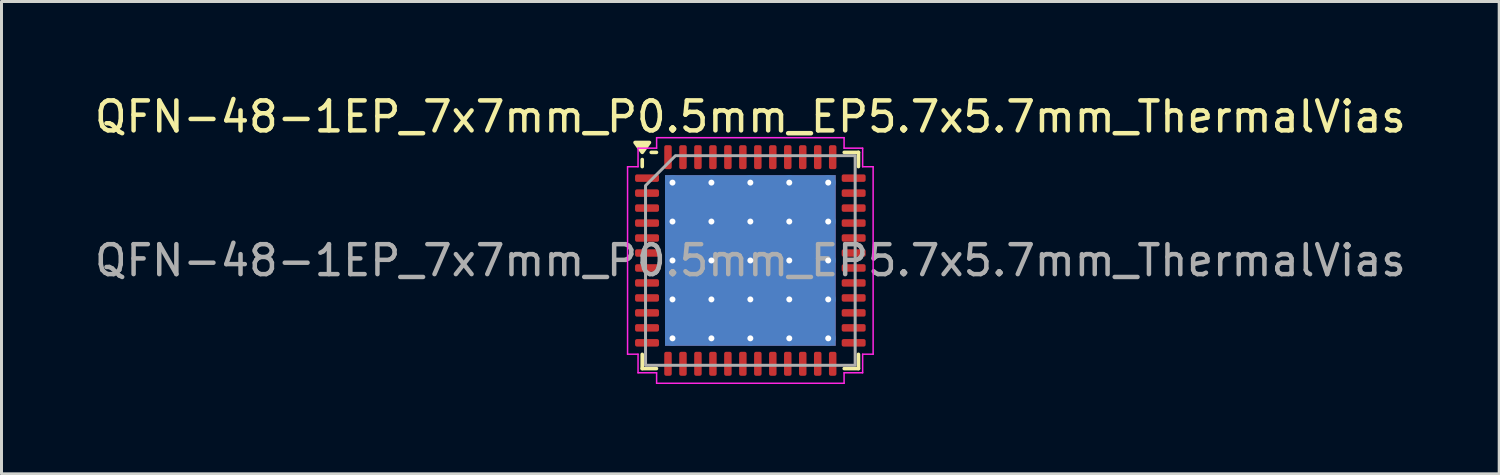
<source format=kicad_pcb>
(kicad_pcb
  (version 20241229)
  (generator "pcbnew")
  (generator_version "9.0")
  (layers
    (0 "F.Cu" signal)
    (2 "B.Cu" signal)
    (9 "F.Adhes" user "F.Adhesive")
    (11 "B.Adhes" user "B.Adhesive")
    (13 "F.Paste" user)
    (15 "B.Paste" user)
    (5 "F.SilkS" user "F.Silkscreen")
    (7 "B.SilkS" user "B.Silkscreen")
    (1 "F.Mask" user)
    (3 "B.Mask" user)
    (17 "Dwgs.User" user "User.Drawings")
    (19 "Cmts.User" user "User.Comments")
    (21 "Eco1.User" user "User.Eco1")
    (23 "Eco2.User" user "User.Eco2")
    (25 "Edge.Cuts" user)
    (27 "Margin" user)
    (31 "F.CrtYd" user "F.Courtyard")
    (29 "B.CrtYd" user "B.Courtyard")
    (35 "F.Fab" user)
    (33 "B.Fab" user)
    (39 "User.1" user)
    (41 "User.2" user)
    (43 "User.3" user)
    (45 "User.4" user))
  (footprint "QFN-48-1EP_7x7mm_P0.5mm_EP5.7x5.7mm_ThermalVias"
    (layer "F.Cu")
    (at 22.006 5.648)
    (property "Reference" "QFN-48-1EP_7x7mm_P0.5mm_EP5.7x5.7mm_ThermalVias" (at 0 -4.8 0) (layer "F.SilkS") (effects (font (size 1 1) (thickness 0.15))))
    (attr smd)
    (fp_line (start -3.61 -3.135) (end -3.61 -3.37) (stroke (width 0.12) (type solid)) (layer "F.SilkS"))
    (fp_line (start -3.61 3.61) (end -3.61 3.135) (stroke (width 0.12) (type solid)) (layer "F.SilkS"))
    (fp_line (start -3.135 -3.61) (end -3.31 -3.61) (stroke (width 0.12) (type solid)) (layer "F.SilkS"))
    (fp_line (start -3.135 3.61) (end -3.61 3.61) (stroke (width 0.12) (type solid)) (layer "F.SilkS"))
    (fp_line (start 3.135 -3.61) (end 3.61 -3.61) (stroke (width 0.12) (type solid)) (layer "F.SilkS"))
    (fp_line (start 3.135 3.61) (end 3.61 3.61) (stroke (width 0.12) (type solid)) (layer "F.SilkS"))
    (fp_line (start 3.61 -3.61) (end 3.61 -3.135) (stroke (width 0.12) (type solid)) (layer "F.SilkS"))
    (fp_line (start 3.61 3.61) (end 3.61 3.135) (stroke (width 0.12) (type solid)) (layer "F.SilkS"))
    (fp_poly (pts (xy -3.61 -3.61) (xy -3.85 -3.94) (xy -3.37 -3.94)) (stroke (width 0.12) (type solid)) (fill yes) (layer "F.SilkS"))
    (fp_line (start -4.1 -3.13) (end -3.75 -3.13) (stroke (width 0.05) (type solid)) (layer "F.CrtYd"))
    (fp_line (start -4.1 3.13) (end -4.1 -3.13) (stroke (width 0.05) (type solid)) (layer "F.CrtYd"))
    (fp_line (start -3.75 -3.75) (end -3.13 -3.75) (stroke (width 0.05) (type solid)) (layer "F.CrtYd"))
    (fp_line (start -3.75 -3.13) (end -3.75 -3.75) (stroke (width 0.05) (type solid)) (layer "F.CrtYd"))
    (fp_line (start -3.75 3.13) (end -4.1 3.13) (stroke (width 0.05) (type solid)) (layer "F.CrtYd"))
    (fp_line (start -3.75 3.75) (end -3.75 3.13) (stroke (width 0.05) (type solid)) (layer "F.CrtYd"))
    (fp_line (start -3.13 -4.1) (end 3.13 -4.1) (stroke (width 0.05) (type solid)) (layer "F.CrtYd"))
    (fp_line (start -3.13 -3.75) (end -3.13 -4.1) (stroke (width 0.05) (type solid)) (layer "F.CrtYd"))
    (fp_line (start -3.13 3.75) (end -3.75 3.75) (stroke (width 0.05) (type solid)) (layer "F.CrtYd"))
    (fp_line (start -3.13 4.1) (end -3.13 3.75) (stroke (width 0.05) (type solid)) (layer "F.CrtYd"))
    (fp_line (start 3.13 -4.1) (end 3.13 -3.75) (stroke (width 0.05) (type solid)) (layer "F.CrtYd"))
    (fp_line (start 3.13 -3.75) (end 3.75 -3.75) (stroke (width 0.05) (type solid)) (layer "F.CrtYd"))
    (fp_line (start 3.13 3.75) (end 3.13 4.1) (stroke (width 0.05) (type solid)) (layer "F.CrtYd"))
    (fp_line (start 3.13 4.1) (end -3.13 4.1) (stroke (width 0.05) (type solid)) (layer "F.CrtYd"))
    (fp_line (start 3.75 -3.75) (end 3.75 -3.13) (stroke (width 0.05) (type solid)) (layer "F.CrtYd"))
    (fp_line (start 3.75 -3.13) (end 4.1 -3.13) (stroke (width 0.05) (type solid)) (layer "F.CrtYd"))
    (fp_line (start 3.75 3.13) (end 3.75 3.75) (stroke (width 0.05) (type solid)) (layer "F.CrtYd"))
    (fp_line (start 3.75 3.75) (end 3.13 3.75) (stroke (width 0.05) (type solid)) (layer "F.CrtYd"))
    (fp_line (start 4.1 -3.13) (end 4.1 3.13) (stroke (width 0.05) (type solid)) (layer "F.CrtYd"))
    (fp_line (start 4.1 3.13) (end 3.75 3.13) (stroke (width 0.05) (type solid)) (layer "F.CrtYd"))
    (fp_poly (pts (xy -3.5 -2.5) (xy -3.5 3.5) (xy 3.5 3.5) (xy 3.5 -3.5) (xy -2.5 -3.5)) (stroke (width 0.1) (type solid)) (fill no) (layer "F.Fab"))
    (fp_text user "${REFERENCE}" (at 0 0 0) (layer "F.Fab") (effects (font (size 1 1) (thickness 0.15))))
    (pad "" smd roundrect (at -2.13 -2.13) (size 1.1 1.1) (layers "F.Paste") (roundrect_rratio 0.227))
    (pad "" smd roundrect (at -2.13 -0.71) (size 1.1 1.1) (layers "F.Paste") (roundrect_rratio 0.227))
    (pad "" smd roundrect (at -2.13 0.71) (size 1.1 1.1) (layers "F.Paste") (roundrect_rratio 0.227))
    (pad "" smd roundrect (at -2.13 2.13) (size 1.1 1.1) (layers "F.Paste") (roundrect_rratio 0.227))
    (pad "" smd roundrect (at -0.71 -2.13) (size 1.1 1.1) (layers "F.Paste") (roundrect_rratio 0.227))
    (pad "" smd roundrect (at -0.71 -0.71) (size 1.1 1.1) (layers "F.Paste") (roundrect_rratio 0.227))
    (pad "" smd roundrect (at -0.71 0.71) (size 1.1 1.1) (layers "F.Paste") (roundrect_rratio 0.227))
    (pad "" smd roundrect (at -0.71 2.13) (size 1.1 1.1) (layers "F.Paste") (roundrect_rratio 0.227))
    (pad "" smd roundrect (at 0.71 -2.13) (size 1.1 1.1) (layers "F.Paste") (roundrect_rratio 0.227))
    (pad "" smd roundrect (at 0.71 -0.71) (size 1.1 1.1) (layers "F.Paste") (roundrect_rratio 0.227))
    (pad "" smd roundrect (at 0.71 0.71) (size 1.1 1.1) (layers "F.Paste") (roundrect_rratio 0.227))
    (pad "" smd roundrect (at 0.71 2.13) (size 1.1 1.1) (layers "F.Paste") (roundrect_rratio 0.227))
    (pad "" smd roundrect (at 2.13 -2.13) (size 1.1 1.1) (layers "F.Paste") (roundrect_rratio 0.227))
    (pad "" smd roundrect (at 2.13 -0.71) (size 1.1 1.1) (layers "F.Paste") (roundrect_rratio 0.227))
    (pad "" smd roundrect (at 2.13 0.71) (size 1.1 1.1) (layers "F.Paste") (roundrect_rratio 0.227))
    (pad "" smd roundrect (at 2.13 2.13) (size 1.1 1.1) (layers "F.Paste") (roundrect_rratio 0.227))
    (pad "1" smd roundrect (at -3.45 -2.75) (size 0.8 0.25) (layers "F.Cu" "F.Mask" "F.Paste") (roundrect_rratio 0.25))
    (pad "2" smd roundrect (at -3.45 -2.25) (size 0.8 0.25) (layers "F.Cu" "F.Mask" "F.Paste") (roundrect_rratio 0.25))
    (pad "3" smd roundrect (at -3.45 -1.75) (size 0.8 0.25) (layers "F.Cu" "F.Mask" "F.Paste") (roundrect_rratio 0.25))
    (pad "4" smd roundrect (at -3.45 -1.25) (size 0.8 0.25) (layers "F.Cu" "F.Mask" "F.Paste") (roundrect_rratio 0.25))
    (pad "5" smd roundrect (at -3.45 -0.75) (size 0.8 0.25) (layers "F.Cu" "F.Mask" "F.Paste") (roundrect_rratio 0.25))
    (pad "6" smd roundrect (at -3.45 -0.25) (size 0.8 0.25) (layers "F.Cu" "F.Mask" "F.Paste") (roundrect_rratio 0.25))
    (pad "7" smd roundrect (at -3.45 0.25) (size 0.8 0.25) (layers "F.Cu" "F.Mask" "F.Paste") (roundrect_rratio 0.25))
    (pad "8" smd roundrect (at -3.45 0.75) (size 0.8 0.25) (layers "F.Cu" "F.Mask" "F.Paste") (roundrect_rratio 0.25))
    (pad "9" smd roundrect (at -3.45 1.25) (size 0.8 0.25) (layers "F.Cu" "F.Mask" "F.Paste") (roundrect_rratio 0.25))
    (pad "10" smd roundrect (at -3.45 1.75) (size 0.8 0.25) (layers "F.Cu" "F.Mask" "F.Paste") (roundrect_rratio 0.25))
    (pad "11" smd roundrect (at -3.45 2.25) (size 0.8 0.25) (layers "F.Cu" "F.Mask" "F.Paste") (roundrect_rratio 0.25))
    (pad "12" smd roundrect (at -3.45 2.75) (size 0.8 0.25) (layers "F.Cu" "F.Mask" "F.Paste") (roundrect_rratio 0.25))
    (pad "13" smd roundrect (at -2.75 3.45) (size 0.25 0.8) (layers "F.Cu" "F.Mask" "F.Paste") (roundrect_rratio 0.25))
    (pad "14" smd roundrect (at -2.25 3.45) (size 0.25 0.8) (layers "F.Cu" "F.Mask" "F.Paste") (roundrect_rratio 0.25))
    (pad "15" smd roundrect (at -1.75 3.45) (size 0.25 0.8) (layers "F.Cu" "F.Mask" "F.Paste") (roundrect_rratio 0.25))
    (pad "16" smd roundrect (at -1.25 3.45) (size 0.25 0.8) (layers "F.Cu" "F.Mask" "F.Paste") (roundrect_rratio 0.25))
    (pad "17" smd roundrect (at -0.75 3.45) (size 0.25 0.8) (layers "F.Cu" "F.Mask" "F.Paste") (roundrect_rratio 0.25))
    (pad "18" smd roundrect (at -0.25 3.45) (size 0.25 0.8) (layers "F.Cu" "F.Mask" "F.Paste") (roundrect_rratio 0.25))
    (pad "19" smd roundrect (at 0.25 3.45) (size 0.25 0.8) (layers "F.Cu" "F.Mask" "F.Paste") (roundrect_rratio 0.25))
    (pad "20" smd roundrect (at 0.75 3.45) (size 0.25 0.8) (layers "F.Cu" "F.Mask" "F.Paste") (roundrect_rratio 0.25))
    (pad "21" smd roundrect (at 1.25 3.45) (size 0.25 0.8) (layers "F.Cu" "F.Mask" "F.Paste") (roundrect_rratio 0.25))
    (pad "22" smd roundrect (at 1.75 3.45) (size 0.25 0.8) (layers "F.Cu" "F.Mask" "F.Paste") (roundrect_rratio 0.25))
    (pad "23" smd roundrect (at 2.25 3.45) (size 0.25 0.8) (layers "F.Cu" "F.Mask" "F.Paste") (roundrect_rratio 0.25))
    (pad "24" smd roundrect (at 2.75 3.45) (size 0.25 0.8) (layers "F.Cu" "F.Mask" "F.Paste") (roundrect_rratio 0.25))
    (pad "25" smd roundrect (at 3.45 2.75) (size 0.8 0.25) (layers "F.Cu" "F.Mask" "F.Paste") (roundrect_rratio 0.25))
    (pad "26" smd roundrect (at 3.45 2.25) (size 0.8 0.25) (layers "F.Cu" "F.Mask" "F.Paste") (roundrect_rratio 0.25))
    (pad "27" smd roundrect (at 3.45 1.75) (size 0.8 0.25) (layers "F.Cu" "F.Mask" "F.Paste") (roundrect_rratio 0.25))
    (pad "28" smd roundrect (at 3.45 1.25) (size 0.8 0.25) (layers "F.Cu" "F.Mask" "F.Paste") (roundrect_rratio 0.25))
    (pad "29" smd roundrect (at 3.45 0.75) (size 0.8 0.25) (layers "F.Cu" "F.Mask" "F.Paste") (roundrect_rratio 0.25))
    (pad "30" smd roundrect (at 3.45 0.25) (size 0.8 0.25) (layers "F.Cu" "F.Mask" "F.Paste") (roundrect_rratio 0.25))
    (pad "31" smd roundrect (at 3.45 -0.25) (size 0.8 0.25) (layers "F.Cu" "F.Mask" "F.Paste") (roundrect_rratio 0.25))
    (pad "32" smd roundrect (at 3.45 -0.75) (size 0.8 0.25) (layers "F.Cu" "F.Mask" "F.Paste") (roundrect_rratio 0.25))
    (pad "33" smd roundrect (at 3.45 -1.25) (size 0.8 0.25) (layers "F.Cu" "F.Mask" "F.Paste") (roundrect_rratio 0.25))
    (pad "34" smd roundrect (at 3.45 -1.75) (size 0.8 0.25) (layers "F.Cu" "F.Mask" "F.Paste") (roundrect_rratio 0.25))
    (pad "35" smd roundrect (at 3.45 -2.25) (size 0.8 0.25) (layers "F.Cu" "F.Mask" "F.Paste") (roundrect_rratio 0.25))
    (pad "36" smd roundrect (at 3.45 -2.75) (size 0.8 0.25) (layers "F.Cu" "F.Mask" "F.Paste") (roundrect_rratio 0.25))
    (pad "37" smd roundrect (at 2.75 -3.45) (size 0.25 0.8) (layers "F.Cu" "F.Mask" "F.Paste") (roundrect_rratio 0.25))
    (pad "38" smd roundrect (at 2.25 -3.45) (size 0.25 0.8) (layers "F.Cu" "F.Mask" "F.Paste") (roundrect_rratio 0.25))
    (pad "39" smd roundrect (at 1.75 -3.45) (size 0.25 0.8) (layers "F.Cu" "F.Mask" "F.Paste") (roundrect_rratio 0.25))
    (pad "40" smd roundrect (at 1.25 -3.45) (size 0.25 0.8) (layers "F.Cu" "F.Mask" "F.Paste") (roundrect_rratio 0.25))
    (pad "41" smd roundrect (at 0.75 -3.45) (size 0.25 0.8) (layers "F.Cu" "F.Mask" "F.Paste") (roundrect_rratio 0.25))
    (pad "42" smd roundrect (at 0.25 -3.45) (size 0.25 0.8) (layers "F.Cu" "F.Mask" "F.Paste") (roundrect_rratio 0.25))
    (pad "43" smd roundrect (at -0.25 -3.45) (size 0.25 0.8) (layers "F.Cu" "F.Mask" "F.Paste") (roundrect_rratio 0.25))
    (pad "44" smd roundrect (at -0.75 -3.45) (size 0.25 0.8) (layers "F.Cu" "F.Mask" "F.Paste") (roundrect_rratio 0.25))
    (pad "45" smd roundrect (at -1.25 -3.45) (size 0.25 0.8) (layers "F.Cu" "F.Mask" "F.Paste") (roundrect_rratio 0.25))
    (pad "46" smd roundrect (at -1.75 -3.45) (size 0.25 0.8) (layers "F.Cu" "F.Mask" "F.Paste") (roundrect_rratio 0.25))
    (pad "47" smd roundrect (at -2.25 -3.45) (size 0.25 0.8) (layers "F.Cu" "F.Mask" "F.Paste") (roundrect_rratio 0.25))
    (pad "48" smd roundrect (at -2.75 -3.45) (size 0.25 0.8) (layers "F.Cu" "F.Mask" "F.Paste") (roundrect_rratio 0.25))
    (pad "49" thru_hole circle (at -2.6 -2.6) (size 0.5 0.5) (drill 0.2) (property pad_prop_heatsink) (layers "*.Cu"))
    (pad "49" thru_hole circle (at -2.6 -1.3) (size 0.5 0.5) (drill 0.2) (property pad_prop_heatsink) (layers "*.Cu"))
    (pad "49" thru_hole circle (at -2.6 0) (size 0.5 0.5) (drill 0.2) (property pad_prop_heatsink) (layers "*.Cu"))
    (pad "49" thru_hole circle (at -2.6 1.3) (size 0.5 0.5) (drill 0.2) (property pad_prop_heatsink) (layers "*.Cu"))
    (pad "49" thru_hole circle (at -2.6 2.6) (size 0.5 0.5) (drill 0.2) (property pad_prop_heatsink) (layers "*.Cu"))
    (pad "49" thru_hole circle (at -1.3 -2.6) (size 0.5 0.5) (drill 0.2) (property pad_prop_heatsink) (layers "*.Cu"))
    (pad "49" thru_hole circle (at -1.3 -1.3) (size 0.5 0.5) (drill 0.2) (property pad_prop_heatsink) (layers "*.Cu"))
    (pad "49" thru_hole circle (at -1.3 0) (size 0.5 0.5) (drill 0.2) (property pad_prop_heatsink) (layers "*.Cu"))
    (pad "49" thru_hole circle (at -1.3 1.3) (size 0.5 0.5) (drill 0.2) (property pad_prop_heatsink) (layers "*.Cu"))
    (pad "49" thru_hole circle (at -1.3 2.6) (size 0.5 0.5) (drill 0.2) (property pad_prop_heatsink) (layers "*.Cu"))
    (pad "49" thru_hole circle (at 0 -2.6) (size 0.5 0.5) (drill 0.2) (property pad_prop_heatsink) (layers "*.Cu"))
    (pad "49" thru_hole circle (at 0 -1.3) (size 0.5 0.5) (drill 0.2) (property pad_prop_heatsink) (layers "*.Cu"))
    (pad "49" thru_hole circle (at 0 0) (size 0.5 0.5) (drill 0.2) (property pad_prop_heatsink) (layers "*.Cu"))
    (pad "49" smd rect (at 0 0) (size 5.7 5.7) (property pad_prop_heatsink) (layers "F.Cu" "F.Mask"))
    (pad "49" smd rect (at 0 0) (size 5.7 5.7) (property pad_prop_heatsink) (layers "B.Cu"))
    (pad "49" thru_hole circle (at 0 1.3) (size 0.5 0.5) (drill 0.2) (property pad_prop_heatsink) (layers "*.Cu"))
    (pad "49" thru_hole circle (at 0 2.6) (size 0.5 0.5) (drill 0.2) (property pad_prop_heatsink) (layers "*.Cu"))
    (pad "49" thru_hole circle (at 1.3 -2.6) (size 0.5 0.5) (drill 0.2) (property pad_prop_heatsink) (layers "*.Cu"))
    (pad "49" thru_hole circle (at 1.3 -1.3) (size 0.5 0.5) (drill 0.2) (property pad_prop_heatsink) (layers "*.Cu"))
    (pad "49" thru_hole circle (at 1.3 0) (size 0.5 0.5) (drill 0.2) (property pad_prop_heatsink) (layers "*.Cu"))
    (pad "49" thru_hole circle (at 1.3 1.3) (size 0.5 0.5) (drill 0.2) (property pad_prop_heatsink) (layers "*.Cu"))
    (pad "49" thru_hole circle (at 1.3 2.6) (size 0.5 0.5) (drill 0.2) (property pad_prop_heatsink) (layers "*.Cu"))
    (pad "49" thru_hole circle (at 2.6 -2.6) (size 0.5 0.5) (drill 0.2) (property pad_prop_heatsink) (layers "*.Cu"))
    (pad "49" thru_hole circle (at 2.6 -1.3) (size 0.5 0.5) (drill 0.2) (property pad_prop_heatsink) (layers "*.Cu"))
    (pad "49" thru_hole circle (at 2.6 0) (size 0.5 0.5) (drill 0.2) (property pad_prop_heatsink) (layers "*.Cu"))
    (pad "49" thru_hole circle (at 2.6 1.3) (size 0.5 0.5) (drill 0.2) (property pad_prop_heatsink) (layers "*.Cu"))
    (pad "49" thru_hole circle (at 2.6 2.6) (size 0.5 0.5) (drill 0.2) (property pad_prop_heatsink) (layers "*.Cu")))
  (gr_rect
    (start -3 -3)
    (end 47.012 12.773)
    (stroke (width 0.1) (type default))
    (fill no)
    (layer "Edge.Cuts")))
</source>
